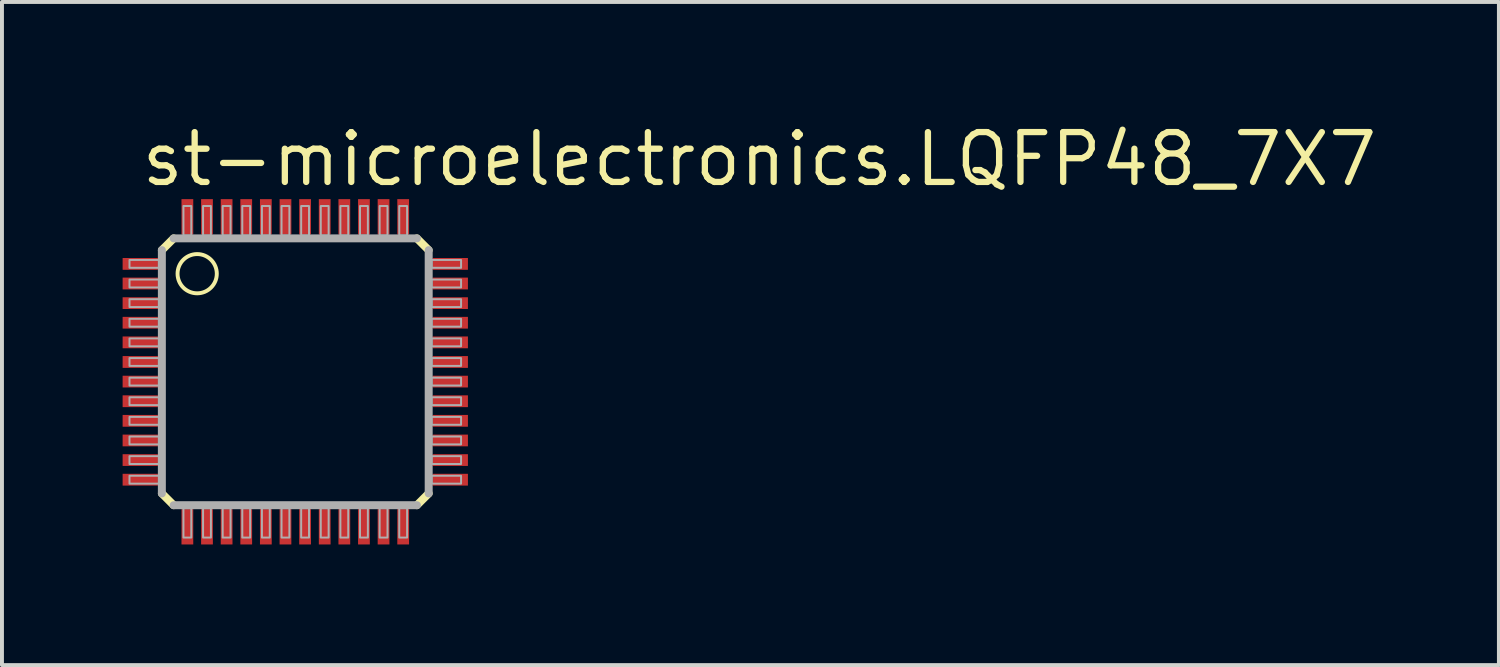
<source format=kicad_pcb>
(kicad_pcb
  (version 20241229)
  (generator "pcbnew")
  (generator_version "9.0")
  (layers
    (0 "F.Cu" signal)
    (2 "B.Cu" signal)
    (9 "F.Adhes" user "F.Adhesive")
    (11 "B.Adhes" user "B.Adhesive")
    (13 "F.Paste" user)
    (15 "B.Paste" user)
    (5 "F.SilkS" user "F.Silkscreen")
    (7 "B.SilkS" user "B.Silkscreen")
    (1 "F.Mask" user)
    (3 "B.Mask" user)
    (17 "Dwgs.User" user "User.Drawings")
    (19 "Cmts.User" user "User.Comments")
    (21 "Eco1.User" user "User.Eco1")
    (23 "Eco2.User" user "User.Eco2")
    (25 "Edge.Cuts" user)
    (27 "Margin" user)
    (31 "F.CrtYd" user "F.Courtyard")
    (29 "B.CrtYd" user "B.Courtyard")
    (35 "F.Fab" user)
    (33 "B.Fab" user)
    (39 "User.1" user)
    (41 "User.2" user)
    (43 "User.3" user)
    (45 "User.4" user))
  (footprint "st-microelectronics.LQFP48_7X7"
    (layer "F.Cu")
    (at 4.475 6.425)
    (property "Reference" "st-microelectronics.LQFP48_7X7" (at -4 -4.675 0) (layer "F.SilkS") (effects (font (size 1.27 1.27) (thickness 0.16)) (justify left bottom)))
    (attr smd)
    (fp_rect (start -4.45 -2.55) (end -3.45 -2.95) (stroke (width 0.05) (type default)) (fill yes) (layer "F.Mask"))
    (fp_rect (start -4.45 -2.05) (end -3.45 -2.45) (stroke (width 0.05) (type default)) (fill yes) (layer "F.Mask"))
    (fp_rect (start -4.45 -1.55) (end -3.45 -1.95) (stroke (width 0.05) (type default)) (fill yes) (layer "F.Mask"))
    (fp_rect (start -4.45 -1.05) (end -3.45 -1.45) (stroke (width 0.05) (type default)) (fill yes) (layer "F.Mask"))
    (fp_rect (start -4.45 -0.55) (end -3.45 -0.95) (stroke (width 0.05) (type default)) (fill yes) (layer "F.Mask"))
    (fp_rect (start -4.45 -0.05) (end -3.45 -0.45) (stroke (width 0.05) (type default)) (fill yes) (layer "F.Mask"))
    (fp_rect (start -4.45 0.45) (end -3.45 0.05) (stroke (width 0.05) (type default)) (fill yes) (layer "F.Mask"))
    (fp_rect (start -4.45 0.95) (end -3.45 0.55) (stroke (width 0.05) (type default)) (fill yes) (layer "F.Mask"))
    (fp_rect (start -4.45 1.45) (end -3.45 1.05) (stroke (width 0.05) (type default)) (fill yes) (layer "F.Mask"))
    (fp_rect (start -4.45 1.95) (end -3.45 1.55) (stroke (width 0.05) (type default)) (fill yes) (layer "F.Mask"))
    (fp_rect (start -4.45 2.45) (end -3.45 2.05) (stroke (width 0.05) (type default)) (fill yes) (layer "F.Mask"))
    (fp_rect (start -4.45 2.95) (end -3.45 2.55) (stroke (width 0.05) (type default)) (fill yes) (layer "F.Mask"))
    (fp_rect (start -2.95 -3.45) (end -2.55 -4.45) (stroke (width 0.05) (type default)) (fill yes) (layer "F.Mask"))
    (fp_rect (start -2.95 4.45) (end -2.55 3.45) (stroke (width 0.05) (type default)) (fill yes) (layer "F.Mask"))
    (fp_rect (start -2.45 -3.45) (end -2.05 -4.45) (stroke (width 0.05) (type default)) (fill yes) (layer "F.Mask"))
    (fp_rect (start -2.45 4.45) (end -2.05 3.45) (stroke (width 0.05) (type default)) (fill yes) (layer "F.Mask"))
    (fp_rect (start -1.95 -3.45) (end -1.55 -4.45) (stroke (width 0.05) (type default)) (fill yes) (layer "F.Mask"))
    (fp_rect (start -1.95 4.45) (end -1.55 3.45) (stroke (width 0.05) (type default)) (fill yes) (layer "F.Mask"))
    (fp_rect (start -1.45 -3.45) (end -1.05 -4.45) (stroke (width 0.05) (type default)) (fill yes) (layer "F.Mask"))
    (fp_rect (start -1.45 4.45) (end -1.05 3.45) (stroke (width 0.05) (type default)) (fill yes) (layer "F.Mask"))
    (fp_rect (start -0.95 -3.45) (end -0.55 -4.45) (stroke (width 0.05) (type default)) (fill yes) (layer "F.Mask"))
    (fp_rect (start -0.95 4.45) (end -0.55 3.45) (stroke (width 0.05) (type default)) (fill yes) (layer "F.Mask"))
    (fp_rect (start -0.45 -3.45) (end -0.05 -4.45) (stroke (width 0.05) (type default)) (fill yes) (layer "F.Mask"))
    (fp_rect (start -0.45 4.45) (end -0.05 3.45) (stroke (width 0.05) (type default)) (fill yes) (layer "F.Mask"))
    (fp_rect (start 0.05 -3.45) (end 0.45 -4.45) (stroke (width 0.05) (type default)) (fill yes) (layer "F.Mask"))
    (fp_rect (start 0.05 4.45) (end 0.45 3.45) (stroke (width 0.05) (type default)) (fill yes) (layer "F.Mask"))
    (fp_rect (start 0.55 -3.45) (end 0.95 -4.45) (stroke (width 0.05) (type default)) (fill yes) (layer "F.Mask"))
    (fp_rect (start 0.55 4.45) (end 0.95 3.45) (stroke (width 0.05) (type default)) (fill yes) (layer "F.Mask"))
    (fp_rect (start 1.05 -3.45) (end 1.45 -4.45) (stroke (width 0.05) (type default)) (fill yes) (layer "F.Mask"))
    (fp_rect (start 1.05 4.45) (end 1.45 3.45) (stroke (width 0.05) (type default)) (fill yes) (layer "F.Mask"))
    (fp_rect (start 1.55 -3.45) (end 1.95 -4.45) (stroke (width 0.05) (type default)) (fill yes) (layer "F.Mask"))
    (fp_rect (start 1.55 4.45) (end 1.95 3.45) (stroke (width 0.05) (type default)) (fill yes) (layer "F.Mask"))
    (fp_rect (start 2.05 -3.45) (end 2.45 -4.45) (stroke (width 0.05) (type default)) (fill yes) (layer "F.Mask"))
    (fp_rect (start 2.05 4.45) (end 2.45 3.45) (stroke (width 0.05) (type default)) (fill yes) (layer "F.Mask"))
    (fp_rect (start 2.55 -3.45) (end 2.95 -4.45) (stroke (width 0.05) (type default)) (fill yes) (layer "F.Mask"))
    (fp_rect (start 2.55 4.45) (end 2.95 3.45) (stroke (width 0.05) (type default)) (fill yes) (layer "F.Mask"))
    (fp_rect (start 3.45 -2.55) (end 4.45 -2.95) (stroke (width 0.05) (type default)) (fill yes) (layer "F.Mask"))
    (fp_rect (start 3.45 -2.05) (end 4.45 -2.45) (stroke (width 0.05) (type default)) (fill yes) (layer "F.Mask"))
    (fp_rect (start 3.45 -1.55) (end 4.45 -1.95) (stroke (width 0.05) (type default)) (fill yes) (layer "F.Mask"))
    (fp_rect (start 3.45 -1.05) (end 4.45 -1.45) (stroke (width 0.05) (type default)) (fill yes) (layer "F.Mask"))
    (fp_rect (start 3.45 -0.55) (end 4.45 -0.95) (stroke (width 0.05) (type default)) (fill yes) (layer "F.Mask"))
    (fp_rect (start 3.45 -0.05) (end 4.45 -0.45) (stroke (width 0.05) (type default)) (fill yes) (layer "F.Mask"))
    (fp_rect (start 3.45 0.45) (end 4.45 0.05) (stroke (width 0.05) (type default)) (fill yes) (layer "F.Mask"))
    (fp_rect (start 3.45 0.95) (end 4.45 0.55) (stroke (width 0.05) (type default)) (fill yes) (layer "F.Mask"))
    (fp_rect (start 3.45 1.45) (end 4.45 1.05) (stroke (width 0.05) (type default)) (fill yes) (layer "F.Mask"))
    (fp_rect (start 3.45 1.95) (end 4.45 1.55) (stroke (width 0.05) (type default)) (fill yes) (layer "F.Mask"))
    (fp_rect (start 3.45 2.45) (end 4.45 2.05) (stroke (width 0.05) (type default)) (fill yes) (layer "F.Mask"))
    (fp_rect (start 3.45 2.95) (end 4.45 2.55) (stroke (width 0.05) (type default)) (fill yes) (layer "F.Mask"))
    (fp_line (start -3.4 -3.1) (end -3.1 -3.4) (stroke (width 0.203) (type default)) (layer "F.SilkS"))
    (fp_line (start -3.1 3.4) (end -3.4 3.1) (stroke (width 0.203) (type default)) (layer "F.SilkS"))
    (fp_line (start 3.1 -3.4) (end 3.4 -3.1) (stroke (width 0.203) (type default)) (layer "F.SilkS"))
    (fp_line (start 3.4 3.1) (end 3.1 3.4) (stroke (width 0.203) (type default)) (layer "F.SilkS"))
    (fp_circle (center -2.5 -2.5) (end -2 -2.5) (stroke (width 0.1) (type default)) (fill no) (layer "F.SilkS"))
    (fp_rect (start -4.375 -2.625) (end -3.525 -2.875) (stroke (width 0.05) (type default)) (fill yes) (layer "F.Paste"))
    (fp_rect (start -4.375 -2.125) (end -3.525 -2.375) (stroke (width 0.05) (type default)) (fill yes) (layer "F.Paste"))
    (fp_rect (start -4.375 -1.625) (end -3.525 -1.875) (stroke (width 0.05) (type default)) (fill yes) (layer "F.Paste"))
    (fp_rect (start -4.375 -1.125) (end -3.525 -1.375) (stroke (width 0.05) (type default)) (fill yes) (layer "F.Paste"))
    (fp_rect (start -4.375 -0.625) (end -3.525 -0.875) (stroke (width 0.05) (type default)) (fill yes) (layer "F.Paste"))
    (fp_rect (start -4.375 -0.125) (end -3.525 -0.375) (stroke (width 0.05) (type default)) (fill yes) (layer "F.Paste"))
    (fp_rect (start -4.375 0.375) (end -3.525 0.125) (stroke (width 0.05) (type default)) (fill yes) (layer "F.Paste"))
    (fp_rect (start -4.375 0.875) (end -3.525 0.625) (stroke (width 0.05) (type default)) (fill yes) (layer "F.Paste"))
    (fp_rect (start -4.375 1.375) (end -3.525 1.125) (stroke (width 0.05) (type default)) (fill yes) (layer "F.Paste"))
    (fp_rect (start -4.375 1.875) (end -3.525 1.625) (stroke (width 0.05) (type default)) (fill yes) (layer "F.Paste"))
    (fp_rect (start -4.375 2.375) (end -3.525 2.125) (stroke (width 0.05) (type default)) (fill yes) (layer "F.Paste"))
    (fp_rect (start -4.375 2.875) (end -3.525 2.625) (stroke (width 0.05) (type default)) (fill yes) (layer "F.Paste"))
    (fp_rect (start -2.875 -3.525) (end -2.625 -4.375) (stroke (width 0.05) (type default)) (fill yes) (layer "F.Paste"))
    (fp_rect (start -2.875 4.375) (end -2.625 3.525) (stroke (width 0.05) (type default)) (fill yes) (layer "F.Paste"))
    (fp_rect (start -2.375 -3.525) (end -2.125 -4.375) (stroke (width 0.05) (type default)) (fill yes) (layer "F.Paste"))
    (fp_rect (start -2.375 4.375) (end -2.125 3.525) (stroke (width 0.05) (type default)) (fill yes) (layer "F.Paste"))
    (fp_rect (start -1.875 -3.525) (end -1.625 -4.375) (stroke (width 0.05) (type default)) (fill yes) (layer "F.Paste"))
    (fp_rect (start -1.875 4.375) (end -1.625 3.525) (stroke (width 0.05) (type default)) (fill yes) (layer "F.Paste"))
    (fp_rect (start -1.375 -3.525) (end -1.125 -4.375) (stroke (width 0.05) (type default)) (fill yes) (layer "F.Paste"))
    (fp_rect (start -1.375 4.375) (end -1.125 3.525) (stroke (width 0.05) (type default)) (fill yes) (layer "F.Paste"))
    (fp_rect (start -0.875 -3.525) (end -0.625 -4.375) (stroke (width 0.05) (type default)) (fill yes) (layer "F.Paste"))
    (fp_rect (start -0.875 4.375) (end -0.625 3.525) (stroke (width 0.05) (type default)) (fill yes) (layer "F.Paste"))
    (fp_rect (start -0.375 -3.525) (end -0.125 -4.375) (stroke (width 0.05) (type default)) (fill yes) (layer "F.Paste"))
    (fp_rect (start -0.375 4.375) (end -0.125 3.525) (stroke (width 0.05) (type default)) (fill yes) (layer "F.Paste"))
    (fp_rect (start 0.125 -3.525) (end 0.375 -4.375) (stroke (width 0.05) (type default)) (fill yes) (layer "F.Paste"))
    (fp_rect (start 0.125 4.375) (end 0.375 3.525) (stroke (width 0.05) (type default)) (fill yes) (layer "F.Paste"))
    (fp_rect (start 0.625 -3.525) (end 0.875 -4.375) (stroke (width 0.05) (type default)) (fill yes) (layer "F.Paste"))
    (fp_rect (start 0.625 4.375) (end 0.875 3.525) (stroke (width 0.05) (type default)) (fill yes) (layer "F.Paste"))
    (fp_rect (start 1.125 -3.525) (end 1.375 -4.375) (stroke (width 0.05) (type default)) (fill yes) (layer "F.Paste"))
    (fp_rect (start 1.125 4.375) (end 1.375 3.525) (stroke (width 0.05) (type default)) (fill yes) (layer "F.Paste"))
    (fp_rect (start 1.625 -3.525) (end 1.875 -4.375) (stroke (width 0.05) (type default)) (fill yes) (layer "F.Paste"))
    (fp_rect (start 1.625 4.375) (end 1.875 3.525) (stroke (width 0.05) (type default)) (fill yes) (layer "F.Paste"))
    (fp_rect (start 2.125 -3.525) (end 2.375 -4.375) (stroke (width 0.05) (type default)) (fill yes) (layer "F.Paste"))
    (fp_rect (start 2.125 4.375) (end 2.375 3.525) (stroke (width 0.05) (type default)) (fill yes) (layer "F.Paste"))
    (fp_rect (start 2.625 -3.525) (end 2.875 -4.375) (stroke (width 0.05) (type default)) (fill yes) (layer "F.Paste"))
    (fp_rect (start 2.625 4.375) (end 2.875 3.525) (stroke (width 0.05) (type default)) (fill yes) (layer "F.Paste"))
    (fp_rect (start 3.525 -2.625) (end 4.375 -2.875) (stroke (width 0.05) (type default)) (fill yes) (layer "F.Paste"))
    (fp_rect (start 3.525 -2.125) (end 4.375 -2.375) (stroke (width 0.05) (type default)) (fill yes) (layer "F.Paste"))
    (fp_rect (start 3.525 -1.625) (end 4.375 -1.875) (stroke (width 0.05) (type default)) (fill yes) (layer "F.Paste"))
    (fp_rect (start 3.525 -1.125) (end 4.375 -1.375) (stroke (width 0.05) (type default)) (fill yes) (layer "F.Paste"))
    (fp_rect (start 3.525 -0.625) (end 4.375 -0.875) (stroke (width 0.05) (type default)) (fill yes) (layer "F.Paste"))
    (fp_rect (start 3.525 -0.125) (end 4.375 -0.375) (stroke (width 0.05) (type default)) (fill yes) (layer "F.Paste"))
    (fp_rect (start 3.525 0.375) (end 4.375 0.125) (stroke (width 0.05) (type default)) (fill yes) (layer "F.Paste"))
    (fp_rect (start 3.525 0.875) (end 4.375 0.625) (stroke (width 0.05) (type default)) (fill yes) (layer "F.Paste"))
    (fp_rect (start 3.525 1.375) (end 4.375 1.125) (stroke (width 0.05) (type default)) (fill yes) (layer "F.Paste"))
    (fp_rect (start 3.525 1.875) (end 4.375 1.625) (stroke (width 0.05) (type default)) (fill yes) (layer "F.Paste"))
    (fp_rect (start 3.525 2.375) (end 4.375 2.125) (stroke (width 0.05) (type default)) (fill yes) (layer "F.Paste"))
    (fp_rect (start 3.525 2.875) (end 4.375 2.625) (stroke (width 0.05) (type default)) (fill yes) (layer "F.Paste"))
    (fp_line (start -3.4 3.1) (end -3.4 -3.1) (stroke (width 0.203) (type default)) (layer "F.Fab"))
    (fp_line (start -3.1 -3.4) (end 3.1 -3.4) (stroke (width 0.203) (type default)) (layer "F.Fab"))
    (fp_line (start 3.1 3.4) (end -3.1 3.4) (stroke (width 0.203) (type default)) (layer "F.Fab"))
    (fp_line (start 3.4 -3.1) (end 3.4 3.1) (stroke (width 0.203) (type default)) (layer "F.Fab"))
    (fp_rect (start -4.225 -2.65) (end -3.475 -2.85) (stroke (width 0.05) (type default)) (fill no) (layer "F.Fab"))
    (fp_rect (start -4.225 -2.15) (end -3.475 -2.35) (stroke (width 0.05) (type default)) (fill no) (layer "F.Fab"))
    (fp_rect (start -4.225 -1.65) (end -3.475 -1.85) (stroke (width 0.05) (type default)) (fill no) (layer "F.Fab"))
    (fp_rect (start -4.225 -1.15) (end -3.475 -1.35) (stroke (width 0.05) (type default)) (fill no) (layer "F.Fab"))
    (fp_rect (start -4.225 -0.65) (end -3.475 -0.85) (stroke (width 0.05) (type default)) (fill no) (layer "F.Fab"))
    (fp_rect (start -4.225 -0.15) (end -3.475 -0.35) (stroke (width 0.05) (type default)) (fill no) (layer "F.Fab"))
    (fp_rect (start -4.225 0.35) (end -3.475 0.15) (stroke (width 0.05) (type default)) (fill no) (layer "F.Fab"))
    (fp_rect (start -4.225 0.85) (end -3.475 0.65) (stroke (width 0.05) (type default)) (fill no) (layer "F.Fab"))
    (fp_rect (start -4.225 1.35) (end -3.475 1.15) (stroke (width 0.05) (type default)) (fill no) (layer "F.Fab"))
    (fp_rect (start -4.225 1.85) (end -3.475 1.65) (stroke (width 0.05) (type default)) (fill no) (layer "F.Fab"))
    (fp_rect (start -4.225 2.35) (end -3.475 2.15) (stroke (width 0.05) (type default)) (fill no) (layer "F.Fab"))
    (fp_rect (start -4.225 2.85) (end -3.475 2.65) (stroke (width 0.05) (type default)) (fill no) (layer "F.Fab"))
    (fp_rect (start -2.85 -3.475) (end -2.65 -4.225) (stroke (width 0.05) (type default)) (fill no) (layer "F.Fab"))
    (fp_rect (start -2.85 4.225) (end -2.65 3.475) (stroke (width 0.05) (type default)) (fill no) (layer "F.Fab"))
    (fp_rect (start -2.35 -3.475) (end -2.15 -4.225) (stroke (width 0.05) (type default)) (fill no) (layer "F.Fab"))
    (fp_rect (start -2.35 4.225) (end -2.15 3.475) (stroke (width 0.05) (type default)) (fill no) (layer "F.Fab"))
    (fp_rect (start -1.85 -3.475) (end -1.65 -4.225) (stroke (width 0.05) (type default)) (fill no) (layer "F.Fab"))
    (fp_rect (start -1.85 4.225) (end -1.65 3.475) (stroke (width 0.05) (type default)) (fill no) (layer "F.Fab"))
    (fp_rect (start -1.35 -3.475) (end -1.15 -4.225) (stroke (width 0.05) (type default)) (fill no) (layer "F.Fab"))
    (fp_rect (start -1.35 4.225) (end -1.15 3.475) (stroke (width 0.05) (type default)) (fill no) (layer "F.Fab"))
    (fp_rect (start -0.85 -3.475) (end -0.65 -4.225) (stroke (width 0.05) (type default)) (fill no) (layer "F.Fab"))
    (fp_rect (start -0.85 4.225) (end -0.65 3.475) (stroke (width 0.05) (type default)) (fill no) (layer "F.Fab"))
    (fp_rect (start -0.35 -3.475) (end -0.15 -4.225) (stroke (width 0.05) (type default)) (fill no) (layer "F.Fab"))
    (fp_rect (start -0.35 4.225) (end -0.15 3.475) (stroke (width 0.05) (type default)) (fill no) (layer "F.Fab"))
    (fp_rect (start 0.15 -3.475) (end 0.35 -4.225) (stroke (width 0.05) (type default)) (fill no) (layer "F.Fab"))
    (fp_rect (start 0.15 4.225) (end 0.35 3.475) (stroke (width 0.05) (type default)) (fill no) (layer "F.Fab"))
    (fp_rect (start 0.65 -3.475) (end 0.85 -4.225) (stroke (width 0.05) (type default)) (fill no) (layer "F.Fab"))
    (fp_rect (start 0.65 4.225) (end 0.85 3.475) (stroke (width 0.05) (type default)) (fill no) (layer "F.Fab"))
    (fp_rect (start 1.15 -3.475) (end 1.35 -4.225) (stroke (width 0.05) (type default)) (fill no) (layer "F.Fab"))
    (fp_rect (start 1.15 4.225) (end 1.35 3.475) (stroke (width 0.05) (type default)) (fill no) (layer "F.Fab"))
    (fp_rect (start 1.65 -3.475) (end 1.85 -4.225) (stroke (width 0.05) (type default)) (fill no) (layer "F.Fab"))
    (fp_rect (start 1.65 4.225) (end 1.85 3.475) (stroke (width 0.05) (type default)) (fill no) (layer "F.Fab"))
    (fp_rect (start 2.15 -3.475) (end 2.35 -4.225) (stroke (width 0.05) (type default)) (fill no) (layer "F.Fab"))
    (fp_rect (start 2.15 4.225) (end 2.35 3.475) (stroke (width 0.05) (type default)) (fill no) (layer "F.Fab"))
    (fp_rect (start 2.65 -3.475) (end 2.85 -4.225) (stroke (width 0.05) (type default)) (fill no) (layer "F.Fab"))
    (fp_rect (start 2.65 4.225) (end 2.85 3.475) (stroke (width 0.05) (type default)) (fill no) (layer "F.Fab"))
    (fp_rect (start 3.475 -2.65) (end 4.225 -2.85) (stroke (width 0.05) (type default)) (fill no) (layer "F.Fab"))
    (fp_rect (start 3.475 -2.15) (end 4.225 -2.35) (stroke (width 0.05) (type default)) (fill no) (layer "F.Fab"))
    (fp_rect (start 3.475 -1.65) (end 4.225 -1.85) (stroke (width 0.05) (type default)) (fill no) (layer "F.Fab"))
    (fp_rect (start 3.475 -1.15) (end 4.225 -1.35) (stroke (width 0.05) (type default)) (fill no) (layer "F.Fab"))
    (fp_rect (start 3.475 -0.65) (end 4.225 -0.85) (stroke (width 0.05) (type default)) (fill no) (layer "F.Fab"))
    (fp_rect (start 3.475 -0.15) (end 4.225 -0.35) (stroke (width 0.05) (type default)) (fill no) (layer "F.Fab"))
    (fp_rect (start 3.475 0.35) (end 4.225 0.15) (stroke (width 0.05) (type default)) (fill no) (layer "F.Fab"))
    (fp_rect (start 3.475 0.85) (end 4.225 0.65) (stroke (width 0.05) (type default)) (fill no) (layer "F.Fab"))
    (fp_rect (start 3.475 1.35) (end 4.225 1.15) (stroke (width 0.05) (type default)) (fill no) (layer "F.Fab"))
    (fp_rect (start 3.475 1.85) (end 4.225 1.65) (stroke (width 0.05) (type default)) (fill no) (layer "F.Fab"))
    (fp_rect (start 3.475 2.35) (end 4.225 2.15) (stroke (width 0.05) (type default)) (fill no) (layer "F.Fab"))
    (fp_rect (start 3.475 2.85) (end 4.225 2.65) (stroke (width 0.05) (type default)) (fill no) (layer "F.Fab"))
    (pad "1" smd roundrect (at -3.95 -2.75) (size 0.9 0.3) (layers "F.Cu" "F.Mask" "F.Paste") (roundrect_rratio 0.01))
    (pad "2" smd roundrect (at -3.95 -2.25) (size 0.9 0.3) (layers "F.Cu" "F.Mask" "F.Paste") (roundrect_rratio 0.01))
    (pad "3" smd roundrect (at -3.95 -1.75) (size 0.9 0.3) (layers "F.Cu" "F.Mask" "F.Paste") (roundrect_rratio 0.01))
    (pad "4" smd roundrect (at -3.95 -1.25) (size 0.9 0.3) (layers "F.Cu" "F.Mask" "F.Paste") (roundrect_rratio 0.01))
    (pad "5" smd roundrect (at -3.95 -0.75) (size 0.9 0.3) (layers "F.Cu" "F.Mask" "F.Paste") (roundrect_rratio 0.01))
    (pad "6" smd roundrect (at -3.95 -0.25) (size 0.9 0.3) (layers "F.Cu" "F.Mask" "F.Paste") (roundrect_rratio 0.01))
    (pad "7" smd roundrect (at -3.95 0.25) (size 0.9 0.3) (layers "F.Cu" "F.Mask" "F.Paste") (roundrect_rratio 0.01))
    (pad "8" smd roundrect (at -3.95 0.75) (size 0.9 0.3) (layers "F.Cu" "F.Mask" "F.Paste") (roundrect_rratio 0.01))
    (pad "9" smd roundrect (at -3.95 1.25) (size 0.9 0.3) (layers "F.Cu" "F.Mask" "F.Paste") (roundrect_rratio 0.01))
    (pad "10" smd roundrect (at -3.95 1.75) (size 0.9 0.3) (layers "F.Cu" "F.Mask" "F.Paste") (roundrect_rratio 0.01))
    (pad "11" smd roundrect (at -3.95 2.25) (size 0.9 0.3) (layers "F.Cu" "F.Mask" "F.Paste") (roundrect_rratio 0.01))
    (pad "12" smd roundrect (at -3.95 2.75) (size 0.9 0.3) (layers "F.Cu" "F.Mask" "F.Paste") (roundrect_rratio 0.01))
    (pad "13" smd roundrect (at -2.75 3.95 90) (size 0.9 0.3) (layers "F.Cu" "F.Mask" "F.Paste") (roundrect_rratio 0.01))
    (pad "14" smd roundrect (at -2.25 3.95 90) (size 0.9 0.3) (layers "F.Cu" "F.Mask" "F.Paste") (roundrect_rratio 0.01))
    (pad "15" smd roundrect (at -1.75 3.95 90) (size 0.9 0.3) (layers "F.Cu" "F.Mask" "F.Paste") (roundrect_rratio 0.01))
    (pad "16" smd roundrect (at -1.25 3.95 90) (size 0.9 0.3) (layers "F.Cu" "F.Mask" "F.Paste") (roundrect_rratio 0.01))
    (pad "17" smd roundrect (at -0.75 3.95 90) (size 0.9 0.3) (layers "F.Cu" "F.Mask" "F.Paste") (roundrect_rratio 0.01))
    (pad "18" smd roundrect (at -0.25 3.95 90) (size 0.9 0.3) (layers "F.Cu" "F.Mask" "F.Paste") (roundrect_rratio 0.01))
    (pad "19" smd roundrect (at 0.25 3.95 90) (size 0.9 0.3) (layers "F.Cu" "F.Mask" "F.Paste") (roundrect_rratio 0.01))
    (pad "20" smd roundrect (at 0.75 3.95 90) (size 0.9 0.3) (layers "F.Cu" "F.Mask" "F.Paste") (roundrect_rratio 0.01))
    (pad "21" smd roundrect (at 1.25 3.95 90) (size 0.9 0.3) (layers "F.Cu" "F.Mask" "F.Paste") (roundrect_rratio 0.01))
    (pad "22" smd roundrect (at 1.75 3.95 90) (size 0.9 0.3) (layers "F.Cu" "F.Mask" "F.Paste") (roundrect_rratio 0.01))
    (pad "23" smd roundrect (at 2.25 3.95 90) (size 0.9 0.3) (layers "F.Cu" "F.Mask" "F.Paste") (roundrect_rratio 0.01))
    (pad "24" smd roundrect (at 2.75 3.95 90) (size 0.9 0.3) (layers "F.Cu" "F.Mask" "F.Paste") (roundrect_rratio 0.01))
    (pad "25" smd roundrect (at 3.95 2.75 180) (size 0.9 0.3) (layers "F.Cu" "F.Mask" "F.Paste") (roundrect_rratio 0.01))
    (pad "26" smd roundrect (at 3.95 2.25 180) (size 0.9 0.3) (layers "F.Cu" "F.Mask" "F.Paste") (roundrect_rratio 0.01))
    (pad "27" smd roundrect (at 3.95 1.75 180) (size 0.9 0.3) (layers "F.Cu" "F.Mask" "F.Paste") (roundrect_rratio 0.01))
    (pad "28" smd roundrect (at 3.95 1.25 180) (size 0.9 0.3) (layers "F.Cu" "F.Mask" "F.Paste") (roundrect_rratio 0.01))
    (pad "29" smd roundrect (at 3.95 0.75 180) (size 0.9 0.3) (layers "F.Cu" "F.Mask" "F.Paste") (roundrect_rratio 0.01))
    (pad "30" smd roundrect (at 3.95 0.25 180) (size 0.9 0.3) (layers "F.Cu" "F.Mask" "F.Paste") (roundrect_rratio 0.01))
    (pad "31" smd roundrect (at 3.95 -0.25 180) (size 0.9 0.3) (layers "F.Cu" "F.Mask" "F.Paste") (roundrect_rratio 0.01))
    (pad "32" smd roundrect (at 3.95 -0.75 180) (size 0.9 0.3) (layers "F.Cu" "F.Mask" "F.Paste") (roundrect_rratio 0.01))
    (pad "33" smd roundrect (at 3.95 -1.25 180) (size 0.9 0.3) (layers "F.Cu" "F.Mask" "F.Paste") (roundrect_rratio 0.01))
    (pad "34" smd roundrect (at 3.95 -1.75 180) (size 0.9 0.3) (layers "F.Cu" "F.Mask" "F.Paste") (roundrect_rratio 0.01))
    (pad "35" smd roundrect (at 3.95 -2.25 180) (size 0.9 0.3) (layers "F.Cu" "F.Mask" "F.Paste") (roundrect_rratio 0.01))
    (pad "36" smd roundrect (at 3.95 -2.75 180) (size 0.9 0.3) (layers "F.Cu" "F.Mask" "F.Paste") (roundrect_rratio 0.01))
    (pad "37" smd roundrect (at 2.75 -3.95 270) (size 0.9 0.3) (layers "F.Cu" "F.Mask" "F.Paste") (roundrect_rratio 0.01))
    (pad "38" smd roundrect (at 2.25 -3.95 270) (size 0.9 0.3) (layers "F.Cu" "F.Mask" "F.Paste") (roundrect_rratio 0.01))
    (pad "39" smd roundrect (at 1.75 -3.95 270) (size 0.9 0.3) (layers "F.Cu" "F.Mask" "F.Paste") (roundrect_rratio 0.01))
    (pad "40" smd roundrect (at 1.25 -3.95 270) (size 0.9 0.3) (layers "F.Cu" "F.Mask" "F.Paste") (roundrect_rratio 0.01))
    (pad "41" smd roundrect (at 0.75 -3.95 270) (size 0.9 0.3) (layers "F.Cu" "F.Mask" "F.Paste") (roundrect_rratio 0.01))
    (pad "42" smd roundrect (at 0.25 -3.95 270) (size 0.9 0.3) (layers "F.Cu" "F.Mask" "F.Paste") (roundrect_rratio 0.01))
    (pad "43" smd roundrect (at -0.25 -3.95 270) (size 0.9 0.3) (layers "F.Cu" "F.Mask" "F.Paste") (roundrect_rratio 0.01))
    (pad "44" smd roundrect (at -0.75 -3.95 270) (size 0.9 0.3) (layers "F.Cu" "F.Mask" "F.Paste") (roundrect_rratio 0.01))
    (pad "45" smd roundrect (at -1.25 -3.95 270) (size 0.9 0.3) (layers "F.Cu" "F.Mask" "F.Paste") (roundrect_rratio 0.01))
    (pad "46" smd roundrect (at -1.75 -3.95 270) (size 0.9 0.3) (layers "F.Cu" "F.Mask" "F.Paste") (roundrect_rratio 0.01))
    (pad "47" smd roundrect (at -2.25 -3.95 270) (size 0.9 0.3) (layers "F.Cu" "F.Mask" "F.Paste") (roundrect_rratio 0.01))
    (pad "48" smd roundrect (at -2.75 -3.95 270) (size 0.9 0.3) (layers "F.Cu" "F.Mask" "F.Paste") (roundrect_rratio 0.01)))
  (gr_rect
    (start -3 -3)
    (end 35.149 13.9)
    (stroke (width 0.1) (type default))
    (fill no)
    (layer "Edge.Cuts")))
</source>
